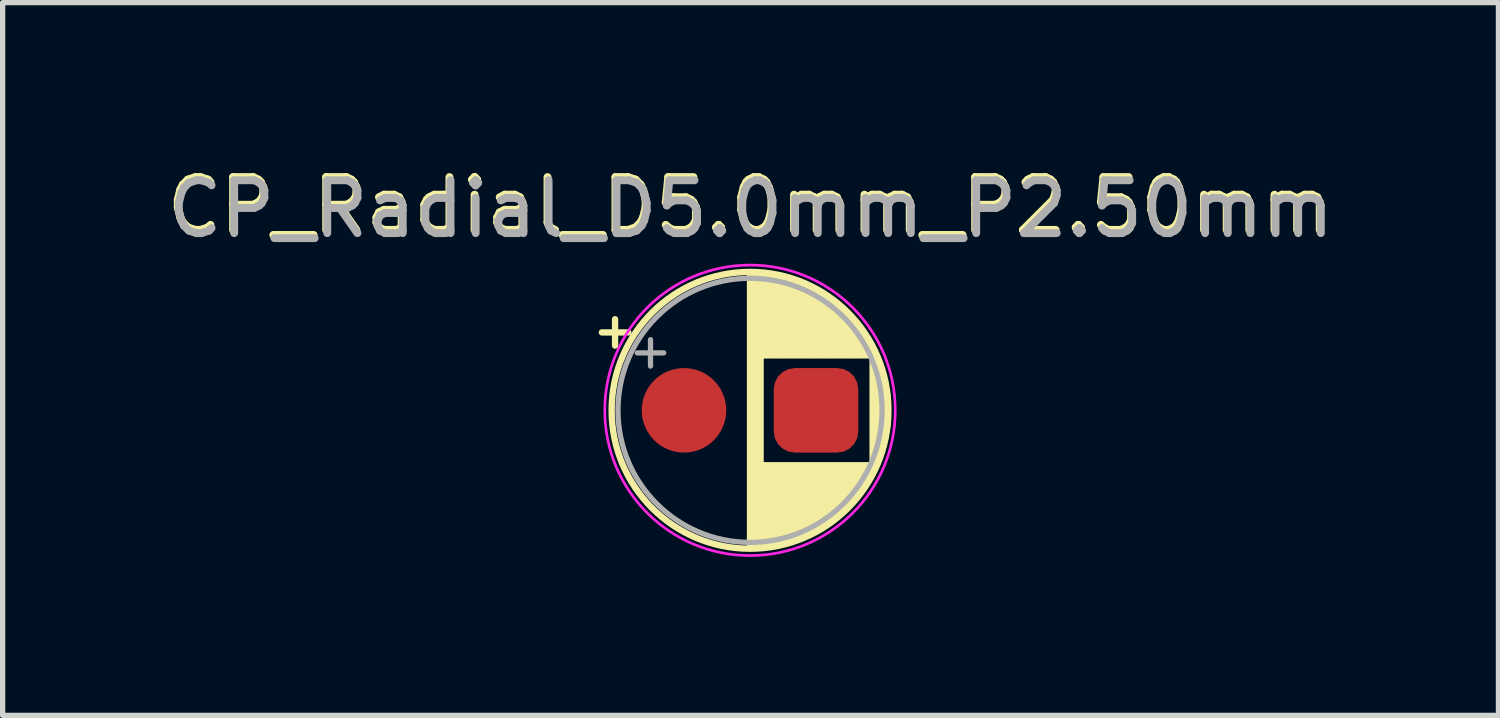
<source format=kicad_pcb>
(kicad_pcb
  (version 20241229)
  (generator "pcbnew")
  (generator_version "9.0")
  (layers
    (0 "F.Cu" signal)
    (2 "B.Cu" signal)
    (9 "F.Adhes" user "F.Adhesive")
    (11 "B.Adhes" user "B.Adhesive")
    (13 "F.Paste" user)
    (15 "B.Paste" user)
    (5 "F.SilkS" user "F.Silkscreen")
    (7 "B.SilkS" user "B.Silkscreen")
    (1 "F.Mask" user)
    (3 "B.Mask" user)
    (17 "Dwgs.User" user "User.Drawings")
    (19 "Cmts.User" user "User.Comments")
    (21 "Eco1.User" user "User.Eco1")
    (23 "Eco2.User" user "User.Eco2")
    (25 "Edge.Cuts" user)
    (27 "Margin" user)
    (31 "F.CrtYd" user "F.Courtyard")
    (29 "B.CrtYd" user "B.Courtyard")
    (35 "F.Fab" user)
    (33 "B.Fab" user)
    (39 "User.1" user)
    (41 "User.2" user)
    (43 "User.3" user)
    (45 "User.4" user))
  (footprint "CP_Radial_D5.0mm_P2.50mm"
    (layer "F.Cu")
    (at 9.899 4.718)
    (property "Reference" "CP_Radial_D5.0mm_P2.50mm" (at 1.25 -3.87 0) (layer "F.SilkS") (effects (font (size 1 1) (thickness 0.15))))
    (attr through_hole)
    (fp_line (start -1.555 -1.475) (end -1.055 -1.475) (stroke (width 0.12) (type solid)) (layer "F.SilkS"))
    (fp_line (start -1.305 -1.725) (end -1.305 -1.225) (stroke (width 0.12) (type solid)) (layer "F.SilkS"))
    (fp_line (start 1.25 -2.58) (end 1.25 2.58) (stroke (width 0.12) (type solid)) (layer "F.SilkS"))
    (fp_line (start 1.29 -2.58) (end 1.29 2.58) (stroke (width 0.12) (type solid)) (layer "F.SilkS"))
    (fp_line (start 1.33 -2.579) (end 1.33 2.579) (stroke (width 0.12) (type solid)) (layer "F.SilkS"))
    (fp_line (start 1.37 -2.578) (end 1.37 2.578) (stroke (width 0.12) (type solid)) (layer "F.SilkS"))
    (fp_line (start 1.41 -2.576) (end 1.41 2.576) (stroke (width 0.12) (type solid)) (layer "F.SilkS"))
    (fp_line (start 1.45 -2.573) (end 1.45 2.573) (stroke (width 0.12) (type solid)) (layer "F.SilkS"))
    (fp_line (start 1.49 -2.569) (end 1.49 -1.04) (stroke (width 0.12) (type solid)) (layer "F.SilkS"))
    (fp_line (start 1.49 1.04) (end 1.49 2.569) (stroke (width 0.12) (type solid)) (layer "F.SilkS"))
    (fp_line (start 1.53 -2.565) (end 1.53 -1.04) (stroke (width 0.12) (type solid)) (layer "F.SilkS"))
    (fp_line (start 1.53 1.04) (end 1.53 2.565) (stroke (width 0.12) (type solid)) (layer "F.SilkS"))
    (fp_line (start 1.57 -2.561) (end 1.57 -1.04) (stroke (width 0.12) (type solid)) (layer "F.SilkS"))
    (fp_line (start 1.57 1.04) (end 1.57 2.561) (stroke (width 0.12) (type solid)) (layer "F.SilkS"))
    (fp_line (start 1.61 -2.556) (end 1.61 -1.04) (stroke (width 0.12) (type solid)) (layer "F.SilkS"))
    (fp_line (start 1.61 1.04) (end 1.61 2.556) (stroke (width 0.12) (type solid)) (layer "F.SilkS"))
    (fp_line (start 1.65 -2.55) (end 1.65 -1.04) (stroke (width 0.12) (type solid)) (layer "F.SilkS"))
    (fp_line (start 1.65 1.04) (end 1.65 2.55) (stroke (width 0.12) (type solid)) (layer "F.SilkS"))
    (fp_line (start 1.69 -2.543) (end 1.69 -1.04) (stroke (width 0.12) (type solid)) (layer "F.SilkS"))
    (fp_line (start 1.69 1.04) (end 1.69 2.543) (stroke (width 0.12) (type solid)) (layer "F.SilkS"))
    (fp_line (start 1.73 -2.536) (end 1.73 -1.04) (stroke (width 0.12) (type solid)) (layer "F.SilkS"))
    (fp_line (start 1.73 1.04) (end 1.73 2.536) (stroke (width 0.12) (type solid)) (layer "F.SilkS"))
    (fp_line (start 1.77 -2.528) (end 1.77 -1.04) (stroke (width 0.12) (type solid)) (layer "F.SilkS"))
    (fp_line (start 1.77 1.04) (end 1.77 2.528) (stroke (width 0.12) (type solid)) (layer "F.SilkS"))
    (fp_line (start 1.81 -2.52) (end 1.81 -1.04) (stroke (width 0.12) (type solid)) (layer "F.SilkS"))
    (fp_line (start 1.81 1.04) (end 1.81 2.52) (stroke (width 0.12) (type solid)) (layer "F.SilkS"))
    (fp_line (start 1.85 -2.511) (end 1.85 -1.04) (stroke (width 0.12) (type solid)) (layer "F.SilkS"))
    (fp_line (start 1.85 1.04) (end 1.85 2.511) (stroke (width 0.12) (type solid)) (layer "F.SilkS"))
    (fp_line (start 1.89 -2.501) (end 1.89 -1.04) (stroke (width 0.12) (type solid)) (layer "F.SilkS"))
    (fp_line (start 1.89 1.04) (end 1.89 2.501) (stroke (width 0.12) (type solid)) (layer "F.SilkS"))
    (fp_line (start 1.93 -2.491) (end 1.93 -1.04) (stroke (width 0.12) (type solid)) (layer "F.SilkS"))
    (fp_line (start 1.93 1.04) (end 1.93 2.491) (stroke (width 0.12) (type solid)) (layer "F.SilkS"))
    (fp_line (start 1.971 -2.48) (end 1.971 -1.04) (stroke (width 0.12) (type solid)) (layer "F.SilkS"))
    (fp_line (start 1.971 1.04) (end 1.971 2.48) (stroke (width 0.12) (type solid)) (layer "F.SilkS"))
    (fp_line (start 2.011 -2.468) (end 2.011 -1.04) (stroke (width 0.12) (type solid)) (layer "F.SilkS"))
    (fp_line (start 2.011 1.04) (end 2.011 2.468) (stroke (width 0.12) (type solid)) (layer "F.SilkS"))
    (fp_line (start 2.051 -2.455) (end 2.051 -1.04) (stroke (width 0.12) (type solid)) (layer "F.SilkS"))
    (fp_line (start 2.051 1.04) (end 2.051 2.455) (stroke (width 0.12) (type solid)) (layer "F.SilkS"))
    (fp_line (start 2.091 -2.442) (end 2.091 -1.04) (stroke (width 0.12) (type solid)) (layer "F.SilkS"))
    (fp_line (start 2.091 1.04) (end 2.091 2.442) (stroke (width 0.12) (type solid)) (layer "F.SilkS"))
    (fp_line (start 2.131 -2.428) (end 2.131 -1.04) (stroke (width 0.12) (type solid)) (layer "F.SilkS"))
    (fp_line (start 2.131 1.04) (end 2.131 2.428) (stroke (width 0.12) (type solid)) (layer "F.SilkS"))
    (fp_line (start 2.171 -2.414) (end 2.171 -1.04) (stroke (width 0.12) (type solid)) (layer "F.SilkS"))
    (fp_line (start 2.171 1.04) (end 2.171 2.414) (stroke (width 0.12) (type solid)) (layer "F.SilkS"))
    (fp_line (start 2.211 -2.398) (end 2.211 -1.04) (stroke (width 0.12) (type solid)) (layer "F.SilkS"))
    (fp_line (start 2.211 1.04) (end 2.211 2.398) (stroke (width 0.12) (type solid)) (layer "F.SilkS"))
    (fp_line (start 2.251 -2.382) (end 2.251 -1.04) (stroke (width 0.12) (type solid)) (layer "F.SilkS"))
    (fp_line (start 2.251 1.04) (end 2.251 2.382) (stroke (width 0.12) (type solid)) (layer "F.SilkS"))
    (fp_line (start 2.291 -2.365) (end 2.291 -1.04) (stroke (width 0.12) (type solid)) (layer "F.SilkS"))
    (fp_line (start 2.291 1.04) (end 2.291 2.365) (stroke (width 0.12) (type solid)) (layer "F.SilkS"))
    (fp_line (start 2.331 -2.348) (end 2.331 -1.04) (stroke (width 0.12) (type solid)) (layer "F.SilkS"))
    (fp_line (start 2.331 1.04) (end 2.331 2.348) (stroke (width 0.12) (type solid)) (layer "F.SilkS"))
    (fp_line (start 2.371 -2.329) (end 2.371 -1.04) (stroke (width 0.12) (type solid)) (layer "F.SilkS"))
    (fp_line (start 2.371 1.04) (end 2.371 2.329) (stroke (width 0.12) (type solid)) (layer "F.SilkS"))
    (fp_line (start 2.411 -2.31) (end 2.411 -1.04) (stroke (width 0.12) (type solid)) (layer "F.SilkS"))
    (fp_line (start 2.411 1.04) (end 2.411 2.31) (stroke (width 0.12) (type solid)) (layer "F.SilkS"))
    (fp_line (start 2.451 -2.29) (end 2.451 -1.04) (stroke (width 0.12) (type solid)) (layer "F.SilkS"))
    (fp_line (start 2.451 1.04) (end 2.451 2.29) (stroke (width 0.12) (type solid)) (layer "F.SilkS"))
    (fp_line (start 2.491 -2.268) (end 2.491 -1.04) (stroke (width 0.12) (type solid)) (layer "F.SilkS"))
    (fp_line (start 2.491 1.04) (end 2.491 2.268) (stroke (width 0.12) (type solid)) (layer "F.SilkS"))
    (fp_line (start 2.531 -2.247) (end 2.531 -1.04) (stroke (width 0.12) (type solid)) (layer "F.SilkS"))
    (fp_line (start 2.531 1.04) (end 2.531 2.247) (stroke (width 0.12) (type solid)) (layer "F.SilkS"))
    (fp_line (start 2.571 -2.224) (end 2.571 -1.04) (stroke (width 0.12) (type solid)) (layer "F.SilkS"))
    (fp_line (start 2.571 1.04) (end 2.571 2.224) (stroke (width 0.12) (type solid)) (layer "F.SilkS"))
    (fp_line (start 2.611 -2.2) (end 2.611 -1.04) (stroke (width 0.12) (type solid)) (layer "F.SilkS"))
    (fp_line (start 2.611 1.04) (end 2.611 2.2) (stroke (width 0.12) (type solid)) (layer "F.SilkS"))
    (fp_line (start 2.651 -2.175) (end 2.651 -1.04) (stroke (width 0.12) (type solid)) (layer "F.SilkS"))
    (fp_line (start 2.651 1.04) (end 2.651 2.175) (stroke (width 0.12) (type solid)) (layer "F.SilkS"))
    (fp_line (start 2.691 -2.149) (end 2.691 -1.04) (stroke (width 0.12) (type solid)) (layer "F.SilkS"))
    (fp_line (start 2.691 1.04) (end 2.691 2.149) (stroke (width 0.12) (type solid)) (layer "F.SilkS"))
    (fp_line (start 2.731 -2.122) (end 2.731 -1.04) (stroke (width 0.12) (type solid)) (layer "F.SilkS"))
    (fp_line (start 2.731 1.04) (end 2.731 2.122) (stroke (width 0.12) (type solid)) (layer "F.SilkS"))
    (fp_line (start 2.771 -2.095) (end 2.771 -1.04) (stroke (width 0.12) (type solid)) (layer "F.SilkS"))
    (fp_line (start 2.771 1.04) (end 2.771 2.095) (stroke (width 0.12) (type solid)) (layer "F.SilkS"))
    (fp_line (start 2.811 -2.065) (end 2.811 -1.04) (stroke (width 0.12) (type solid)) (layer "F.SilkS"))
    (fp_line (start 2.811 1.04) (end 2.811 2.065) (stroke (width 0.12) (type solid)) (layer "F.SilkS"))
    (fp_line (start 2.851 -2.035) (end 2.851 -1.04) (stroke (width 0.12) (type solid)) (layer "F.SilkS"))
    (fp_line (start 2.851 1.04) (end 2.851 2.035) (stroke (width 0.12) (type solid)) (layer "F.SilkS"))
    (fp_line (start 2.891 -2.004) (end 2.891 -1.04) (stroke (width 0.12) (type solid)) (layer "F.SilkS"))
    (fp_line (start 2.891 1.04) (end 2.891 2.004) (stroke (width 0.12) (type solid)) (layer "F.SilkS"))
    (fp_line (start 2.931 -1.971) (end 2.931 -1.04) (stroke (width 0.12) (type solid)) (layer "F.SilkS"))
    (fp_line (start 2.931 1.04) (end 2.931 1.971) (stroke (width 0.12) (type solid)) (layer "F.SilkS"))
    (fp_line (start 2.971 -1.937) (end 2.971 -1.04) (stroke (width 0.12) (type solid)) (layer "F.SilkS"))
    (fp_line (start 2.971 1.04) (end 2.971 1.937) (stroke (width 0.12) (type solid)) (layer "F.SilkS"))
    (fp_line (start 3.011 -1.901) (end 3.011 -1.04) (stroke (width 0.12) (type solid)) (layer "F.SilkS"))
    (fp_line (start 3.011 1.04) (end 3.011 1.901) (stroke (width 0.12) (type solid)) (layer "F.SilkS"))
    (fp_line (start 3.051 -1.864) (end 3.051 -1.04) (stroke (width 0.12) (type solid)) (layer "F.SilkS"))
    (fp_line (start 3.051 1.04) (end 3.051 1.864) (stroke (width 0.12) (type solid)) (layer "F.SilkS"))
    (fp_line (start 3.091 -1.826) (end 3.091 -1.04) (stroke (width 0.12) (type solid)) (layer "F.SilkS"))
    (fp_line (start 3.091 1.04) (end 3.091 1.826) (stroke (width 0.12) (type solid)) (layer "F.SilkS"))
    (fp_line (start 3.131 -1.785) (end 3.131 -1.04) (stroke (width 0.12) (type solid)) (layer "F.SilkS"))
    (fp_line (start 3.131 1.04) (end 3.131 1.785) (stroke (width 0.12) (type solid)) (layer "F.SilkS"))
    (fp_line (start 3.171 -1.743) (end 3.171 -1.04) (stroke (width 0.12) (type solid)) (layer "F.SilkS"))
    (fp_line (start 3.171 1.04) (end 3.171 1.743) (stroke (width 0.12) (type solid)) (layer "F.SilkS"))
    (fp_line (start 3.211 -1.699) (end 3.211 -1.04) (stroke (width 0.12) (type solid)) (layer "F.SilkS"))
    (fp_line (start 3.211 1.04) (end 3.211 1.699) (stroke (width 0.12) (type solid)) (layer "F.SilkS"))
    (fp_line (start 3.251 -1.653) (end 3.251 -1.04) (stroke (width 0.12) (type solid)) (layer "F.SilkS"))
    (fp_line (start 3.251 1.04) (end 3.251 1.653) (stroke (width 0.12) (type solid)) (layer "F.SilkS"))
    (fp_line (start 3.291 -1.605) (end 3.291 -1.04) (stroke (width 0.12) (type solid)) (layer "F.SilkS"))
    (fp_line (start 3.291 1.04) (end 3.291 1.605) (stroke (width 0.12) (type solid)) (layer "F.SilkS"))
    (fp_line (start 3.331 -1.554) (end 3.331 -1.04) (stroke (width 0.12) (type solid)) (layer "F.SilkS"))
    (fp_line (start 3.331 1.04) (end 3.331 1.554) (stroke (width 0.12) (type solid)) (layer "F.SilkS"))
    (fp_line (start 3.371 -1.5) (end 3.371 -1.04) (stroke (width 0.12) (type solid)) (layer "F.SilkS"))
    (fp_line (start 3.371 1.04) (end 3.371 1.5) (stroke (width 0.12) (type solid)) (layer "F.SilkS"))
    (fp_line (start 3.411 -1.443) (end 3.411 -1.04) (stroke (width 0.12) (type solid)) (layer "F.SilkS"))
    (fp_line (start 3.411 1.04) (end 3.411 1.443) (stroke (width 0.12) (type solid)) (layer "F.SilkS"))
    (fp_line (start 3.451 -1.383) (end 3.451 -1.04) (stroke (width 0.12) (type solid)) (layer "F.SilkS"))
    (fp_line (start 3.451 1.04) (end 3.451 1.383) (stroke (width 0.12) (type solid)) (layer "F.SilkS"))
    (fp_line (start 3.491 -1.319) (end 3.491 -1.04) (stroke (width 0.12) (type solid)) (layer "F.SilkS"))
    (fp_line (start 3.491 1.04) (end 3.491 1.319) (stroke (width 0.12) (type solid)) (layer "F.SilkS"))
    (fp_line (start 3.531 -1.251) (end 3.531 -1.04) (stroke (width 0.12) (type solid)) (layer "F.SilkS"))
    (fp_line (start 3.531 1.04) (end 3.531 1.251) (stroke (width 0.12) (type solid)) (layer "F.SilkS"))
    (fp_line (start 3.571 -1.178) (end 3.571 1.178) (stroke (width 0.12) (type solid)) (layer "F.SilkS"))
    (fp_line (start 3.611 -1.098) (end 3.611 1.098) (stroke (width 0.12) (type solid)) (layer "F.SilkS"))
    (fp_line (start 3.651 -1.011) (end 3.651 1.011) (stroke (width 0.12) (type solid)) (layer "F.SilkS"))
    (fp_line (start 3.691 -0.915) (end 3.691 0.915) (stroke (width 0.12) (type solid)) (layer "F.SilkS"))
    (fp_line (start 3.731 -0.805) (end 3.731 0.805) (stroke (width 0.12) (type solid)) (layer "F.SilkS"))
    (fp_line (start 3.771 -0.677) (end 3.771 0.677) (stroke (width 0.12) (type solid)) (layer "F.SilkS"))
    (fp_line (start 3.811 -0.518) (end 3.811 0.518) (stroke (width 0.12) (type solid)) (layer "F.SilkS"))
    (fp_line (start 3.851 -0.284) (end 3.851 0.284) (stroke (width 0.12) (type solid)) (layer "F.SilkS"))
    (fp_circle (center 1.25 0) (end 3.87 0) (stroke (width 0.12) (type solid)) (fill no) (layer "F.SilkS"))
    (fp_circle (center 1.25 0) (end 4 0) (stroke (width 0.05) (type solid)) (fill no) (layer "F.CrtYd"))
    (fp_line (start -0.884 -1.087) (end -0.384 -1.087) (stroke (width 0.1) (type solid)) (layer "F.Fab"))
    (fp_line (start -0.634 -1.337) (end -0.634 -0.838) (stroke (width 0.1) (type solid)) (layer "F.Fab"))
    (fp_circle (center 1.25 0) (end 3.75 0) (stroke (width 0.1) (type solid)) (fill no) (layer "F.Fab"))
    (fp_text user "${REFERENCE}" (at 1.27 -3.81 0) (layer "F.Fab") (effects (font (size 1 1) (thickness 0.15))))
    (pad "1" smd roundrect (at 2.5 0) (size 1.6 1.6) (layers "F.Cu" "F.Mask" "F.Paste") (roundrect_rratio 0.25))
    (pad "2" smd circle (at 0 0) (size 1.6 1.6) (layers "F.Cu" "F.Mask" "F.Paste")))
  (gr_rect
    (start -3 -3)
    (end 25.318 10.493)
    (stroke (width 0.1) (type default))
    (fill no)
    (layer "Edge.Cuts")))
</source>
